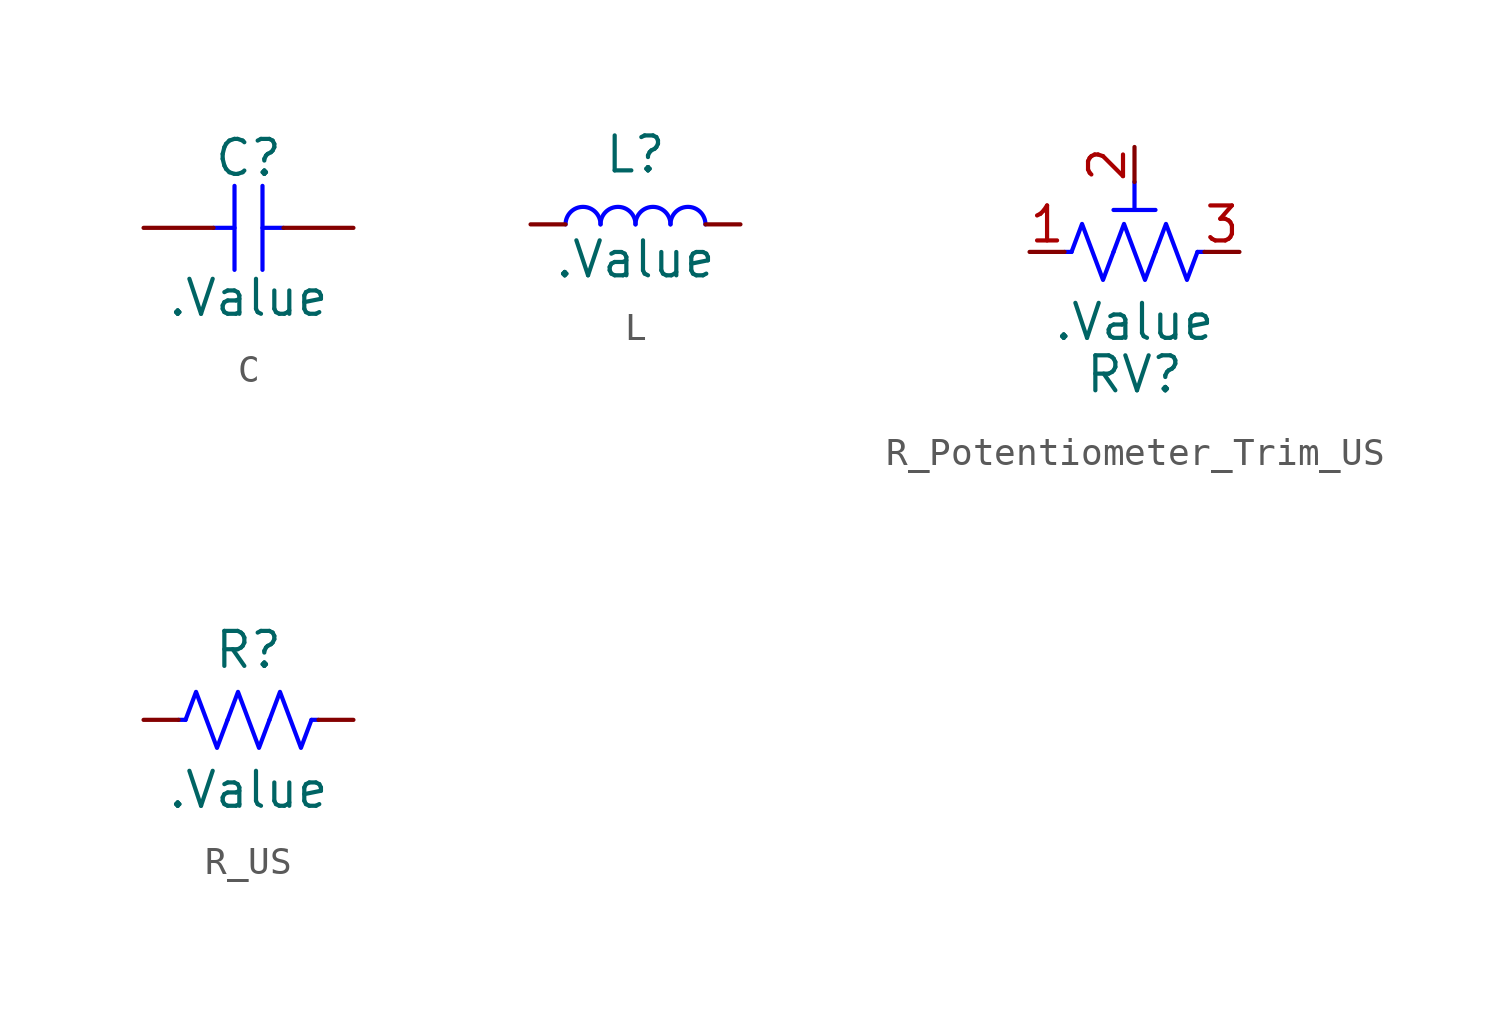
<source format=kicad_sym>
(kicad_symbol_lib
  (version 20241209)
  (generator "kicad_symbol_editor")
  (generator_version "9.0")
  (symbol "C"
    (pin_numbers
      (hide yes))
    (pin_names
      (offset 0.254))
    (property "Reference" "C"
      (at 1.27 2.54 0)
      (do_not_autoplace)
      (effects (font (size 1.27 1.27))))
    (property "Value" ".Value"
      (at 1.27 -2.54 0)
      (do_not_autoplace)
      (effects (font (size 1.27 1.27))))
    (symbol "C_1_1"
      (polyline (pts (xy 0.762 0) (xy 0 0)) (stroke (width 0) (type default) (color 0 0 255 1)) (fill (type none)))
      (polyline (pts (xy 0.762 -1.524) (xy 0.762 1.524)) (stroke (width 0) (type solid) (color 0 0 255 1)) (fill (type none)))
      (polyline (pts (xy 1.778 0) (xy 2.54 0)) (stroke (width 0) (type default) (color 0 0 255 1)) (fill (type none)))
      (polyline (pts (xy 1.778 -1.524) (xy 1.778 1.524)) (stroke (width 0) (type solid) (color 0 0 255 1)) (fill (type none)))
      (pin passive line (at -2.54 0 0) (length 2.54) (name "~" (effects (font (size 1.27 1.27)))) (number "1" (effects (font (size 1.27 1.27)))))
      (pin passive line (at 5.08 0 180) (length 2.54) (name "~" (effects (font (size 1.27 1.27)))) (number "2" (effects (font (size 1.27 1.27)))))))
  (symbol "L"
    (pin_numbers
      (hide yes))
    (pin_names
      (offset 1.016)
      (hide yes))
    (property "Reference" "L"
      (at 1.27 2.54 0)
      (do_not_autoplace)
      (effects (font (size 1.27 1.27))))
    (property "Value" ".Value"
      (at 1.27 -1.27 0)
      (do_not_autoplace)
      (effects (font (size 1.27 1.27))))
    (symbol "L_0_1"
      (arc (start -1.27 0) (mid -0.635 0.6323) (end 0 0) (stroke (width 0) (type default) (color 0 0 255 1)) (fill (type none)))
      (arc (start 0 0) (mid 0.635 0.6323) (end 1.27 0) (stroke (width 0) (type default) (color 0 0 255 1)) (fill (type none)))
      (arc (start 1.27 0) (mid 1.905 0.6323) (end 2.54 0) (stroke (width 0) (type default) (color 0 0 255 1)) (fill (type none)))
      (arc (start 2.54 0) (mid 3.175 0.6323) (end 3.81 0) (stroke (width 0) (type default) (color 0 0 255 1)) (fill (type none))))
    (symbol "L_1_1"
      (pin passive line (at -2.54 0 0) (length 1.27) (name "1" (effects (font (size 1.27 1.27)))) (number "1" (effects (font (size 1.27 1.27)))))
      (pin passive line (at 5.08 0 180) (length 1.27) (name "2" (effects (font (size 1.27 1.27)))) (number "2" (effects (font (size 1.27 1.27)))))))
  (symbol "R_Potentiometer_Trim_US"
    (pin_names
      (offset 1.016)
      (hide yes))
    (property "Reference" "RV"
      (at 1.27 -4.445 0)
      (do_not_autoplace)
      (effects (font (size 1.27 1.27))))
    (property "Value" ".Value"
      (at 1.27 -2.54 0)
      (do_not_autoplace)
      (effects (font (size 1.27 1.27))))
    (symbol "R_Potentiometer_Trim_US_0_1"
      (polyline (pts (xy -1.016 0) (xy -1.27 0)) (stroke (width 0) (type default) (color 0 0 255 1)) (fill (type none)))
      (polyline (pts (xy -1.016 0) (xy -0.635 1.016) (xy -0.254 0) (xy 0.127 -1.016) (xy 0.508 0)) (stroke (width 0) (type default) (color 0 0 255 1)) (fill (type none)))
      (polyline (pts (xy 0.508 1.524) (xy 2.032 1.524)) (stroke (width 0) (type default) (color 0 0 255 1)) (fill (type none)))
      (polyline (pts (xy 0.508 0) (xy 0.889 1.016) (xy 1.27 0) (xy 1.651 -1.016) (xy 2.032 0)) (stroke (width 0) (type default) (color 0 0 255 1)) (fill (type none)))
      (polyline (pts (xy 1.27 2.54) (xy 1.27 1.524)) (stroke (width 0) (type default) (color 0 0 255 1)) (fill (type none)))
      (polyline (pts (xy 2.032 0) (xy 2.413 1.016) (xy 2.794 0) (xy 3.175 -1.016) (xy 3.556 0)) (stroke (width 0) (type default) (color 0 0 255 1)) (fill (type none)))
      (polyline (pts (xy 3.556 0) (xy 3.81 0)) (stroke (width 0) (type default) (color 0 0 255 1)) (fill (type none))))
    (symbol "R_Potentiometer_Trim_US_1_1"
      (pin passive line (at -2.54 0 0) (length 1.27) (name "1" (effects (font (size 1.27 1.27)))) (number "1" (effects (font (size 1.27 1.27)))))
      (pin passive line (at 1.27 3.81 270) (length 1.27) (name "2" (effects (font (size 1.27 1.27)))) (number "2" (effects (font (size 1.27 1.27)))))
      (pin passive line (at 5.08 0 180) (length 1.27) (name "3" (effects (font (size 1.27 1.27)))) (number "3" (effects (font (size 1.27 1.27)))))))
  (symbol "R_US"
    (pin_numbers
      (hide yes))
    (pin_names
      (offset 0))
    (property "Reference" "R"
      (at 1.27 2.54 0)
      (do_not_autoplace)
      (effects (font (size 1.27 1.27))))
    (property "Value" ".Value"
      (at 1.27 -2.54 0)
      (do_not_autoplace)
      (effects (font (size 1.27 1.27))))
    (symbol "R_US_0_1"
      (polyline (pts (xy -1.016 0) (xy -1.27 0)) (stroke (width 0) (type default) (color 0 0 255 1)) (fill (type none)))
      (polyline (pts (xy -1.016 0) (xy -0.635 1.016) (xy -0.254 0) (xy 0.127 -1.016) (xy 0.508 0)) (stroke (width 0) (type default) (color 0 0 255 1)) (fill (type none)))
      (polyline (pts (xy 0.508 0) (xy 0.889 1.016) (xy 1.27 0) (xy 1.651 -1.016) (xy 2.032 0)) (stroke (width 0) (type default) (color 0 0 255 1)) (fill (type none)))
      (polyline (pts (xy 2.032 0) (xy 2.413 1.016) (xy 2.794 0) (xy 3.175 -1.016) (xy 3.556 0)) (stroke (width 0) (type default) (color 0 0 255 1)) (fill (type none)))
      (polyline (pts (xy 3.556 0) (xy 3.81 0)) (stroke (width 0) (type default) (color 0 0 255 1)) (fill (type none))))
    (symbol "R_US_1_1"
      (pin passive line (at -2.54 0 0) (length 1.27) (name "~" (effects (font (size 1.27 1.27)))) (number "1" (effects (font (size 1.27 1.27)))))
      (pin passive line (at 5.08 0 180) (length 1.27) (name "~" (effects (font (size 1.27 1.27)))) (number "2" (effects (font (size 1.27 1.27))))))))
</source>
